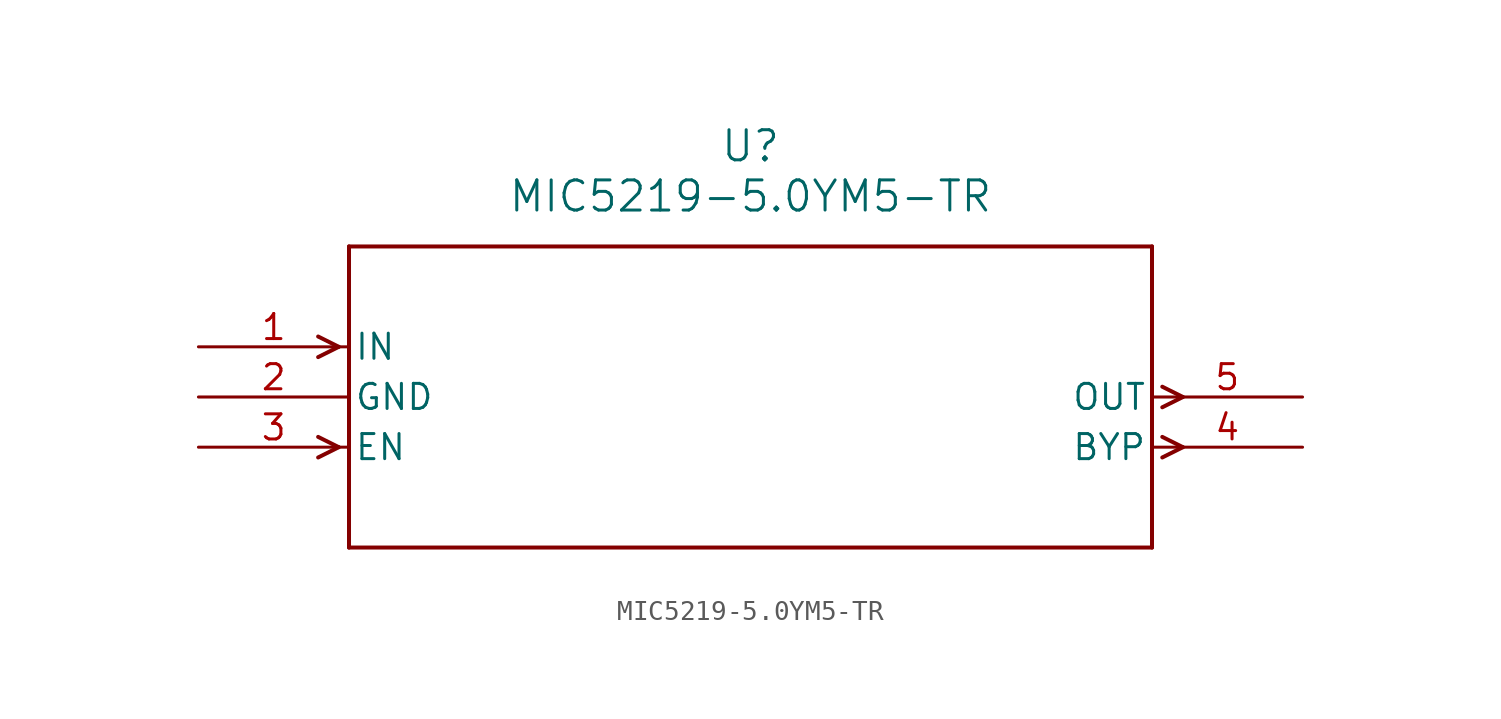
<source format=kicad_sym>
(kicad_symbol_lib
  (version 20211014)
  (generator kicad_symbol_editor)
  (symbol "MIC5219-5.0YM5-TR"
    (pin_names
      (offset 0.254))
    (property "Reference" "U"
      (at 27.94 10.16 0)
      (effects (font (size 1.524 1.524))))
    (property "Value" "MIC5219-5.0YM5-TR"
      (at 27.94 7.62 0)
      (effects (font (size 1.524 1.524))))
    (symbol "MIC5219-5.0YM5-TR_0_1"
      (polyline (pts (xy 7.099 0) (xy 6.058 0.521)) (stroke (width 0.203) (type default) (color 0 0 0 0)) (fill (type none)))
      (polyline (pts (xy 7.099 0) (xy 6.058 -0.521)) (stroke (width 0.203) (type default) (color 0 0 0 0)) (fill (type none)))
      (polyline (pts (xy 7.099 -5.08) (xy 6.058 -4.559)) (stroke (width 0.203) (type default) (color 0 0 0 0)) (fill (type none)))
      (polyline (pts (xy 7.099 -5.08) (xy 6.058 -5.601)) (stroke (width 0.203) (type default) (color 0 0 0 0)) (fill (type none)))
      (polyline (pts (xy 48.781 -4.559) (xy 49.822 -5.08)) (stroke (width 0.203) (type default) (color 0 0 0 0)) (fill (type none)))
      (polyline (pts (xy 48.781 -5.601) (xy 49.822 -5.08)) (stroke (width 0.203) (type default) (color 0 0 0 0)) (fill (type none)))
      (polyline (pts (xy 48.781 -2.019) (xy 49.822 -2.54)) (stroke (width 0.203) (type default) (color 0 0 0 0)) (fill (type none)))
      (polyline (pts (xy 48.781 -3.061) (xy 49.822 -2.54)) (stroke (width 0.203) (type default) (color 0 0 0 0)) (fill (type none)))
      (polyline (pts (xy 7.62 5.08) (xy 7.62 -10.16)) (stroke (width 0.203) (type default) (color 0 0 0 0)) (fill (type none)))
      (polyline (pts (xy 7.62 -10.16) (xy 48.26 -10.16)) (stroke (width 0.203) (type default) (color 0 0 0 0)) (fill (type none)))
      (polyline (pts (xy 48.26 -10.16) (xy 48.26 5.08)) (stroke (width 0.203) (type default) (color 0 0 0 0)) (fill (type none)))
      (polyline (pts (xy 48.26 5.08) (xy 7.62 5.08)) (stroke (width 0.203) (type default) (color 0 0 0 0)) (fill (type none)))
      (pin input line (at 0 0 0) (length 7.62) (name "IN" (effects (font (size 1.27 1.27)))) (number "1" (effects (font (size 1.27 1.27)))))
      (pin power_in line (at 0 -2.54 0) (length 7.62) (name "GND" (effects (font (size 1.27 1.27)))) (number "2" (effects (font (size 1.27 1.27)))))
      (pin input line (at 0 -5.08 0) (length 7.62) (name "EN" (effects (font (size 1.27 1.27)))) (number "3" (effects (font (size 1.27 1.27)))))
      (pin output line (at 55.88 -5.08 180) (length 7.62) (name "BYP" (effects (font (size 1.27 1.27)))) (number "4" (effects (font (size 1.27 1.27)))))
      (pin output line (at 55.88 -2.54 180) (length 7.62) (name "OUT" (effects (font (size 1.27 1.27)))) (number "5" (effects (font (size 1.27 1.27))))))))
</source>
